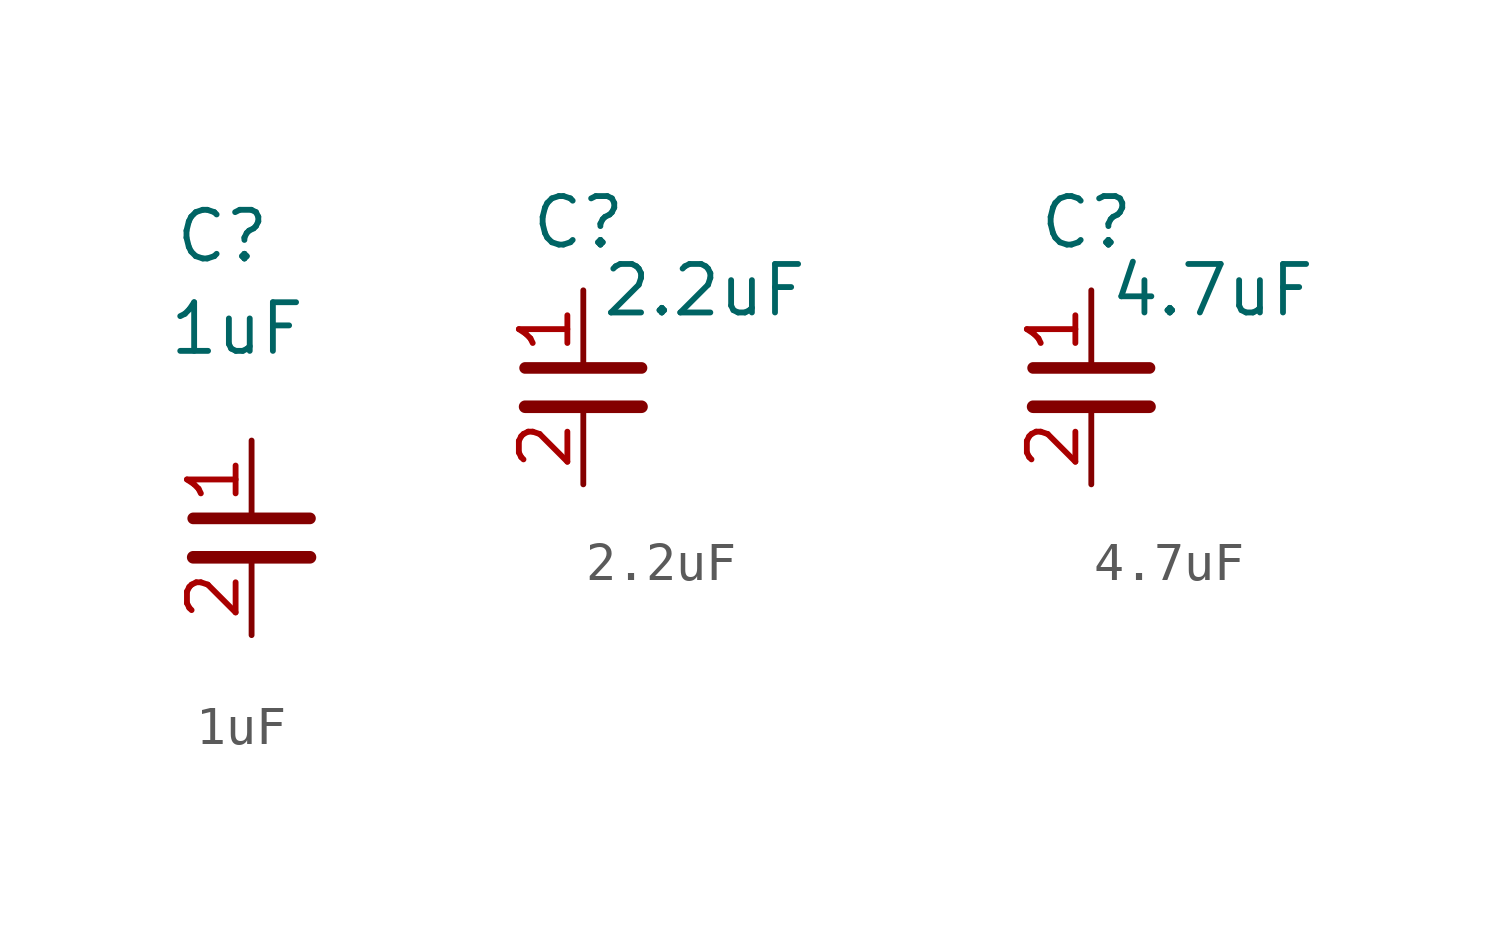
<source format=kicad_sym>
(kicad_symbol_lib
  (version 20241209)
  (generator "kicad_symbol_editor")
  (generator_version "9.0")
  (symbol "1uF"
    (pin_names
      (offset 1.016))
    (property "Reference" "C"
      (at -0.762 7.874 0)
      (effects (font (size 1.27 1.27))))
    (property "Value" "1uF"
      (at -0.381 5.461 0)
      (effects (font (size 1.27 1.27))))
    (symbol "1uF_1_1"
      (polyline (pts (xy -1.524 0.508) (xy 1.524 0.508)) (stroke (width 0.305) (type solid)) (fill (type none)))
      (polyline (pts (xy -1.524 -0.508) (xy 1.524 -0.508)) (stroke (width 0.33) (type solid)) (fill (type none)))
      (pin passive line (at 0 2.54 270) (length 2.032) (name "~" (effects (font (size 1.27 1.27)))) (number "1" (effects (font (size 1.27 1.27)))))
      (pin passive line (at 0 -2.54 90) (length 2.032) (name "~" (effects (font (size 1.27 1.27)))) (number "2" (effects (font (size 1.27 1.27)))))))
  (symbol "2.2uF"
    (pin_names
      (offset 1.016))
    (property "Reference" "C"
      (at -0.127 4.318 0)
      (effects (font (size 1.27 1.27))))
    (property "Value" "2.2uF"
      (at 3.175 2.54 0)
      (effects (font (size 1.27 1.27))))
    (symbol "2.2uF_1_1"
      (polyline (pts (xy -1.524 0.508) (xy 1.524 0.508)) (stroke (width 0.305) (type solid)) (fill (type none)))
      (polyline (pts (xy -1.524 -0.508) (xy 1.524 -0.508)) (stroke (width 0.33) (type solid)) (fill (type none)))
      (pin passive line (at 0 2.54 270) (length 2.032) (name "~" (effects (font (size 1.27 1.27)))) (number "1" (effects (font (size 1.27 1.27)))))
      (pin passive line (at 0 -2.54 90) (length 2.032) (name "~" (effects (font (size 1.27 1.27)))) (number "2" (effects (font (size 1.27 1.27)))))))
  (symbol "4.7uF"
    (pin_names
      (offset 1.016))
    (property "Reference" "C"
      (at -0.127 4.318 0)
      (effects (font (size 1.27 1.27))))
    (property "Value" "4.7uF"
      (at 3.175 2.54 0)
      (effects (font (size 1.27 1.27))))
    (symbol "4.7uF_1_1"
      (polyline (pts (xy -1.524 0.508) (xy 1.524 0.508)) (stroke (width 0.305) (type solid)) (fill (type none)))
      (polyline (pts (xy -1.524 -0.508) (xy 1.524 -0.508)) (stroke (width 0.33) (type solid)) (fill (type none)))
      (pin passive line (at 0 2.54 270) (length 2.032) (name "~" (effects (font (size 1.27 1.27)))) (number "1" (effects (font (size 1.27 1.27)))))
      (pin passive line (at 0 -2.54 90) (length 2.032) (name "~" (effects (font (size 1.27 1.27)))) (number "2" (effects (font (size 1.27 1.27))))))))
</source>
